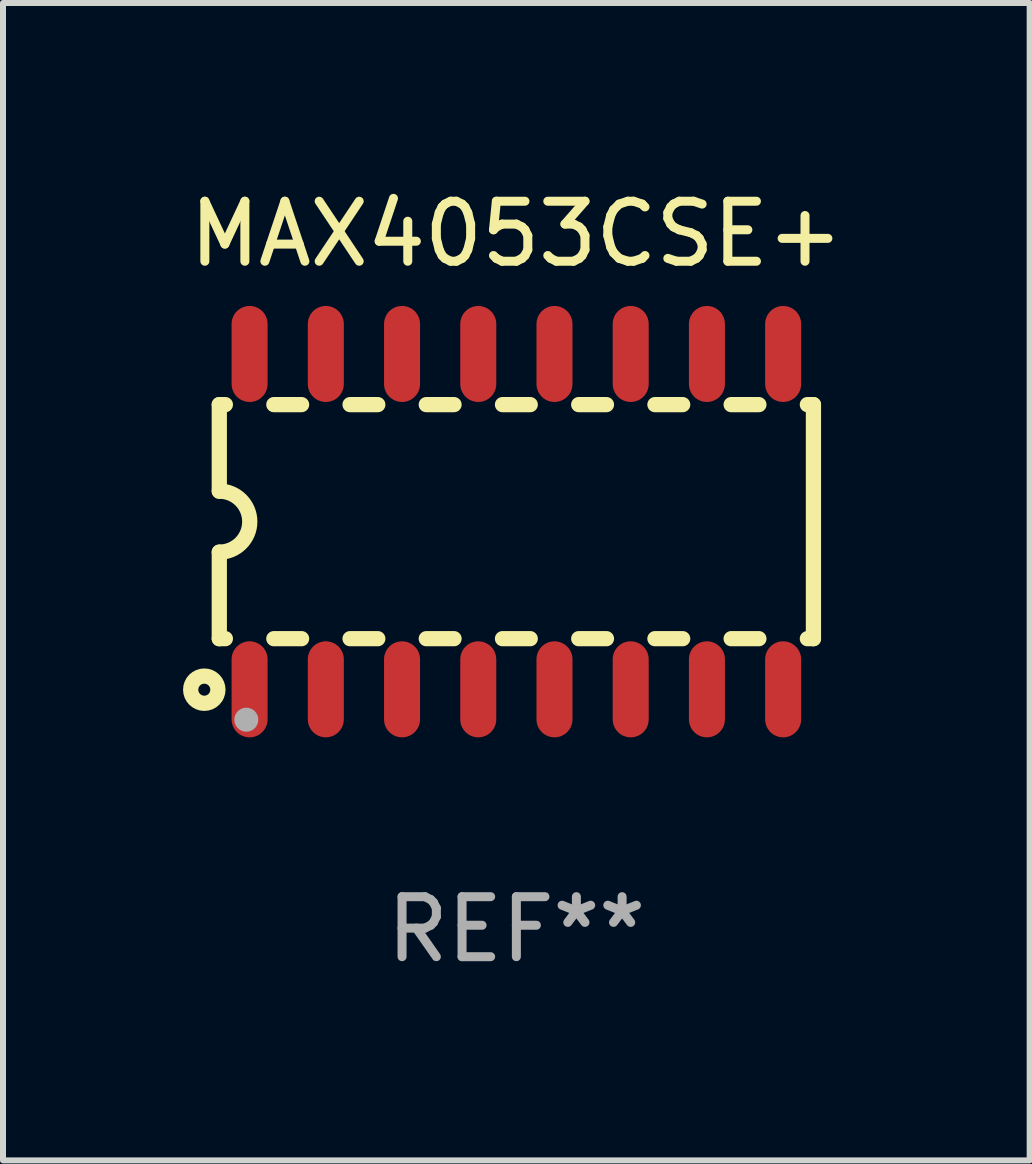
<source format=kicad_pcb>
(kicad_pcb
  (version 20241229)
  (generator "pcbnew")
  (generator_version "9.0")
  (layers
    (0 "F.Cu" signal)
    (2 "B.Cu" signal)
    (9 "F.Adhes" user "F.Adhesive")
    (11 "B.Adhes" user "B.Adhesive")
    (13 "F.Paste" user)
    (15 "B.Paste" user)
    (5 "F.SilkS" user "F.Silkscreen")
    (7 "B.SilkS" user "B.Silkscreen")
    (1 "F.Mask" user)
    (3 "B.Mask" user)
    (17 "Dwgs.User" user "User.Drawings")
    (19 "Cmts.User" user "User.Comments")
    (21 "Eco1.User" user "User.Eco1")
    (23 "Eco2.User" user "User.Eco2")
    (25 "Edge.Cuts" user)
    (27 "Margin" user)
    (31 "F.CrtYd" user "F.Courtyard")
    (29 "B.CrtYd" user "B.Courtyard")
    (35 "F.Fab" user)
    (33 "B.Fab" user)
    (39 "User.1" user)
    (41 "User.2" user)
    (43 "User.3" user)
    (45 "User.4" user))
  (footprint "MAX4053CSE+"
    (layer "F.Cu")
    (at 5.554 5.642)
    (property "Reference" "MAX4053CSE+" (at 0 -4.794 0) (layer "F.SilkS") (effects (font (size 1 1) (thickness 0.15))))
    (attr through_hole)
    (fp_line (start -4.95 -1.95) (end -4.95 -0.508) (stroke (width 0.254) (type solid)) (layer "F.SilkS"))
    (fp_line (start -4.95 -1.95) (end -4.849 -1.95) (stroke (width 0.254) (type solid)) (layer "F.SilkS"))
    (fp_line (start -4.95 1.95) (end -4.95 0.508) (stroke (width 0.254) (type solid)) (layer "F.SilkS"))
    (fp_line (start -4.95 1.95) (end -4.849 1.95) (stroke (width 0.254) (type solid)) (layer "F.SilkS"))
    (fp_line (start -4.041 -1.95) (end -3.579 -1.95) (stroke (width 0.254) (type solid)) (layer "F.SilkS"))
    (fp_line (start -4.041 1.95) (end -3.579 1.95) (stroke (width 0.254) (type solid)) (layer "F.SilkS"))
    (fp_line (start -2.771 -1.95) (end -2.309 -1.95) (stroke (width 0.254) (type solid)) (layer "F.SilkS"))
    (fp_line (start -2.771 1.95) (end -2.309 1.95) (stroke (width 0.254) (type solid)) (layer "F.SilkS"))
    (fp_line (start -1.501 -1.95) (end -1.039 -1.95) (stroke (width 0.254) (type solid)) (layer "F.SilkS"))
    (fp_line (start -1.501 1.95) (end -1.039 1.95) (stroke (width 0.254) (type solid)) (layer "F.SilkS"))
    (fp_line (start -0.231 -1.95) (end 0.231 -1.95) (stroke (width 0.254) (type solid)) (layer "F.SilkS"))
    (fp_line (start -0.231 1.95) (end 0.231 1.95) (stroke (width 0.254) (type solid)) (layer "F.SilkS"))
    (fp_line (start 1.039 -1.95) (end 1.501 -1.95) (stroke (width 0.254) (type solid)) (layer "F.SilkS"))
    (fp_line (start 1.039 1.95) (end 1.501 1.95) (stroke (width 0.254) (type solid)) (layer "F.SilkS"))
    (fp_line (start 2.309 -1.95) (end 2.771 -1.95) (stroke (width 0.254) (type solid)) (layer "F.SilkS"))
    (fp_line (start 2.309 1.95) (end 2.771 1.95) (stroke (width 0.254) (type solid)) (layer "F.SilkS"))
    (fp_line (start 3.579 -1.95) (end 4.041 -1.95) (stroke (width 0.254) (type solid)) (layer "F.SilkS"))
    (fp_line (start 3.579 1.95) (end 4.041 1.95) (stroke (width 0.254) (type solid)) (layer "F.SilkS"))
    (fp_line (start 4.849 -1.95) (end 4.95 -1.95) (stroke (width 0.254) (type solid)) (layer "F.SilkS"))
    (fp_line (start 4.849 1.95) (end 4.95 1.95) (stroke (width 0.254) (type solid)) (layer "F.SilkS"))
    (fp_line (start 4.95 -1.95) (end 4.95 1.95) (stroke (width 0.254) (type solid)) (layer "F.SilkS"))
    (fp_arc (start -4.95047 -0.508001) (mid -4.442469 -0.000228) (end -4.950013 0.508001) (stroke (width 0.254001) (type solid)) (layer "F.SilkS"))
    (fp_circle (center -5.2 2.8) (end -5.1 2.8) (stroke (width 0.254) (type solid)) (fill no) (layer "F.SilkS"))
    (fp_circle (center -4.95 2.947) (end -4.92 2.947) (stroke (width 0.06) (type solid)) (fill no) (layer "F.SilkS"))
    (fp_circle (center -4.5 3.3) (end -4.4 3.3) (stroke (width 0.2) (type solid)) (fill no) (layer "F.Fab"))
    (fp_text user "REF**" (at 0 6.794 0) (layer "F.Fab") (effects (font (size 1 1) (thickness 0.15))))
    (pad "1" smd oval (at -4.445 2.794) (size 0.6 1.6) (layers "F.Cu" "F.Mask" "F.Paste"))
    (pad "2" smd oval (at -3.175 2.794) (size 0.6 1.6) (layers "F.Cu" "F.Mask" "F.Paste"))
    (pad "3" smd oval (at -1.905 2.794) (size 0.6 1.6) (layers "F.Cu" "F.Mask" "F.Paste"))
    (pad "4" smd oval (at -0.635 2.794) (size 0.6 1.6) (layers "F.Cu" "F.Mask" "F.Paste"))
    (pad "5" smd oval (at 0.635 2.794) (size 0.6 1.6) (layers "F.Cu" "F.Mask" "F.Paste"))
    (pad "6" smd oval (at 1.905 2.794) (size 0.6 1.6) (layers "F.Cu" "F.Mask" "F.Paste"))
    (pad "7" smd oval (at 3.175 2.794) (size 0.6 1.6) (layers "F.Cu" "F.Mask" "F.Paste"))
    (pad "8" smd oval (at 4.445 2.794) (size 0.6 1.6) (layers "F.Cu" "F.Mask" "F.Paste"))
    (pad "9" smd oval (at 4.445 -2.794) (size 0.6 1.6) (layers "F.Cu" "F.Mask" "F.Paste"))
    (pad "10" smd oval (at 3.175 -2.794) (size 0.6 1.6) (layers "F.Cu" "F.Mask" "F.Paste"))
    (pad "11" smd oval (at 1.905 -2.794) (size 0.6 1.6) (layers "F.Cu" "F.Mask" "F.Paste"))
    (pad "12" smd oval (at 0.635 -2.794) (size 0.6 1.6) (layers "F.Cu" "F.Mask" "F.Paste"))
    (pad "13" smd oval (at -0.635 -2.794) (size 0.6 1.6) (layers "F.Cu" "F.Mask" "F.Paste"))
    (pad "14" smd oval (at -1.905 -2.794) (size 0.6 1.6) (layers "F.Cu" "F.Mask" "F.Paste"))
    (pad "15" smd oval (at -3.175 -2.794) (size 0.6 1.6) (layers "F.Cu" "F.Mask" "F.Paste"))
    (pad "16" smd oval (at -4.445 -2.794) (size 0.6 1.6) (layers "F.Cu" "F.Mask" "F.Paste")))
  (gr_rect
    (start -3 -3)
    (end 14.107 16.285)
    (stroke (width 0.1) (type default))
    (fill no)
    (layer "Edge.Cuts")))
</source>
